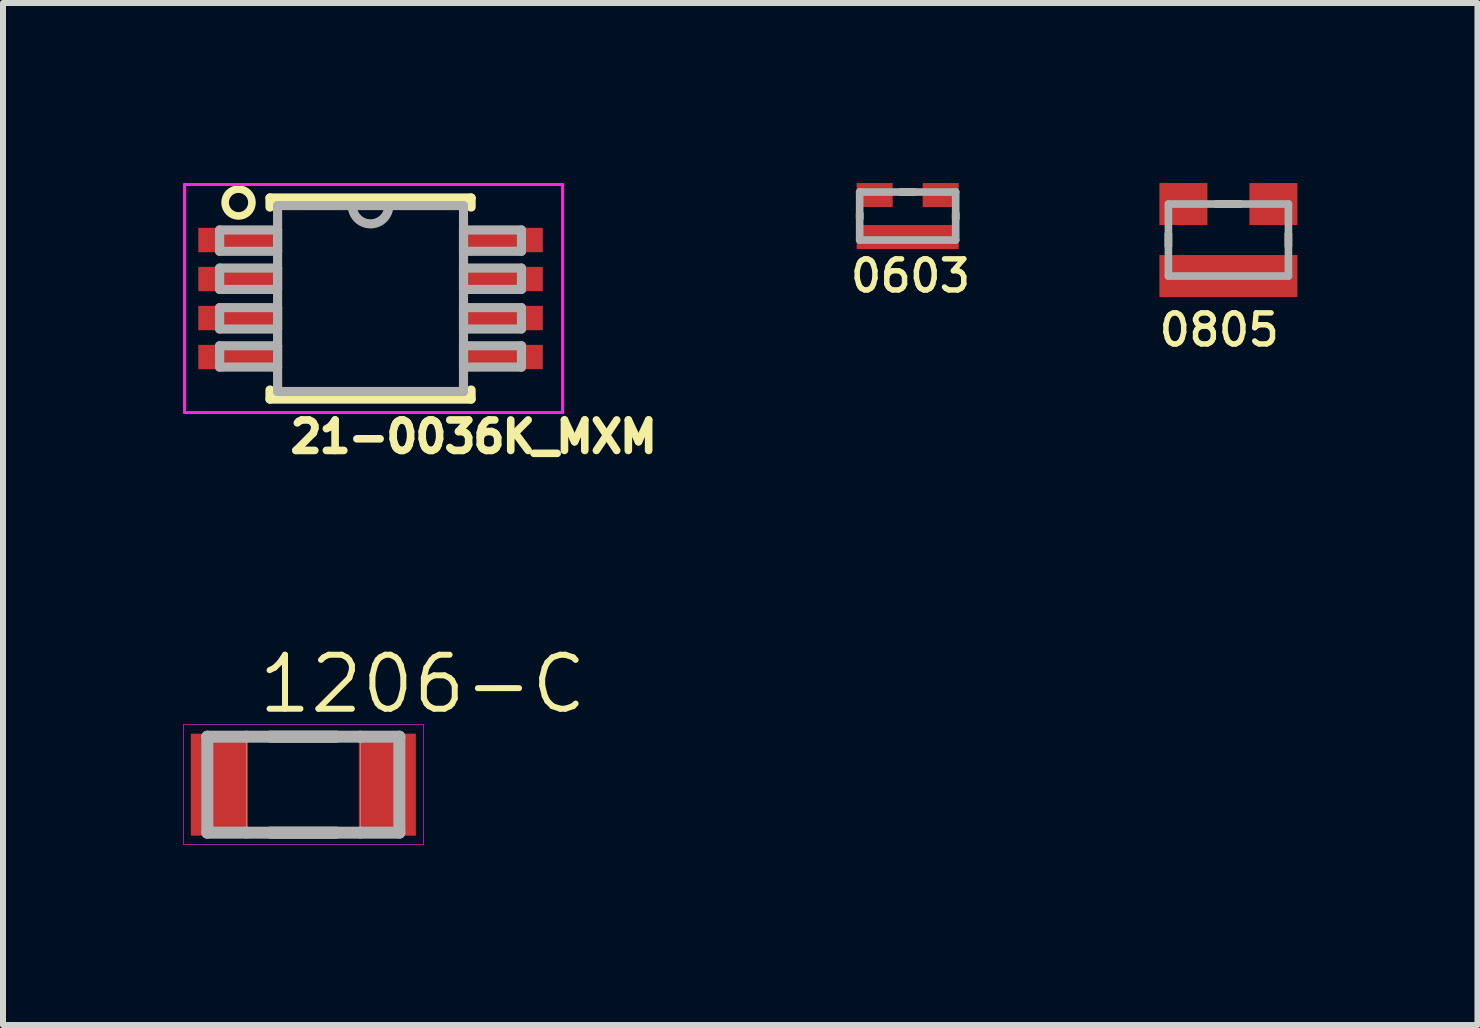
<source format=kicad_pcb>
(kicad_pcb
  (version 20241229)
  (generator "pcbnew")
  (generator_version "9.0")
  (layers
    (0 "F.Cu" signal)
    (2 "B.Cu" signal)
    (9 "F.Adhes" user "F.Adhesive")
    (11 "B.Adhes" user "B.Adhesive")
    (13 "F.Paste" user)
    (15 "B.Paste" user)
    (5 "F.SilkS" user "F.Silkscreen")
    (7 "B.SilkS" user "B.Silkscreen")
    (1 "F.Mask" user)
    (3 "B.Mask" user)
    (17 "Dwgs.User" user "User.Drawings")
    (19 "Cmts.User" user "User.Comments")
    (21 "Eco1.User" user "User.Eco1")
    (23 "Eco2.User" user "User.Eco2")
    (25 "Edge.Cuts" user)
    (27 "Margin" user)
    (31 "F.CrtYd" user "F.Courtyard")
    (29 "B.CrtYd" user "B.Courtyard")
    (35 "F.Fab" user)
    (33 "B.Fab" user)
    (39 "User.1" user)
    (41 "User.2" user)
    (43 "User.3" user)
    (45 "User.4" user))
  (footprint "21-0036K_MXM"
    (layer "F.Cu")
    (at 3.125 1.925)
    (property "Reference" "21-0036K_MXM" (at -1.4 2.6 0) (layer "F.SilkS") (effects (font (size 0.508 0.508) (thickness 0.127)) (justify left bottom)))
    (fp_line (start -1.676 -1.676) (end -1.676 -1.524) (stroke (width 0.152) (type solid)) (layer "F.SilkS"))
    (fp_line (start -1.676 1.524) (end -1.676 1.676) (stroke (width 0.152) (type solid)) (layer "F.SilkS"))
    (fp_line (start -1.676 1.676) (end 1.676 1.676) (stroke (width 0.152) (type solid)) (layer "F.SilkS"))
    (fp_line (start 1.676 -1.676) (end -1.676 -1.676) (stroke (width 0.152) (type solid)) (layer "F.SilkS"))
    (fp_line (start 1.676 -1.524) (end 1.676 -1.676) (stroke (width 0.152) (type solid)) (layer "F.SilkS"))
    (fp_line (start 1.676 1.676) (end 1.676 1.524) (stroke (width 0.152) (type solid)) (layer "F.SilkS"))
    (fp_circle (center -2.2 -1.6) (end -1.976 -1.6) (stroke (width 0.127) (type solid)) (fill no) (layer "F.SilkS"))
    (fp_line (start -3.1 -1.9) (end -3.1 1.9) (stroke (width 0.05) (type solid)) (layer "F.CrtYd"))
    (fp_line (start -3.1 1.9) (end 3.2 1.9) (stroke (width 0.05) (type solid)) (layer "F.CrtYd"))
    (fp_line (start 3.2 -1.9) (end -3.1 -1.9) (stroke (width 0.05) (type solid)) (layer "F.CrtYd"))
    (fp_line (start 3.2 1.9) (end 3.2 -1.9) (stroke (width 0.05) (type solid)) (layer "F.CrtYd"))
    (fp_line (start -2.515 -1.143) (end -2.515 -0.787) (stroke (width 0.152) (type solid)) (layer "F.Fab"))
    (fp_line (start -2.515 -0.787) (end -1.549 -0.787) (stroke (width 0.152) (type solid)) (layer "F.Fab"))
    (fp_line (start -2.515 -0.508) (end -2.515 -0.152) (stroke (width 0.152) (type solid)) (layer "F.Fab"))
    (fp_line (start -2.515 -0.152) (end -1.549 -0.152) (stroke (width 0.152) (type solid)) (layer "F.Fab"))
    (fp_line (start -2.515 0.152) (end -2.515 0.508) (stroke (width 0.152) (type solid)) (layer "F.Fab"))
    (fp_line (start -2.515 0.508) (end -1.549 0.508) (stroke (width 0.152) (type solid)) (layer "F.Fab"))
    (fp_line (start -2.515 0.787) (end -2.515 1.143) (stroke (width 0.152) (type solid)) (layer "F.Fab"))
    (fp_line (start -2.515 1.143) (end -1.549 1.143) (stroke (width 0.152) (type solid)) (layer "F.Fab"))
    (fp_line (start -1.549 -1.549) (end -1.549 1.549) (stroke (width 0.152) (type solid)) (layer "F.Fab"))
    (fp_line (start -1.549 -1.143) (end -2.515 -1.143) (stroke (width 0.152) (type solid)) (layer "F.Fab"))
    (fp_line (start -1.549 -0.787) (end -1.549 -1.143) (stroke (width 0.152) (type solid)) (layer "F.Fab"))
    (fp_line (start -1.549 -0.508) (end -2.515 -0.508) (stroke (width 0.152) (type solid)) (layer "F.Fab"))
    (fp_line (start -1.549 -0.152) (end -1.549 -0.508) (stroke (width 0.152) (type solid)) (layer "F.Fab"))
    (fp_line (start -1.549 0.152) (end -2.515 0.152) (stroke (width 0.152) (type solid)) (layer "F.Fab"))
    (fp_line (start -1.549 0.508) (end -1.549 0.152) (stroke (width 0.152) (type solid)) (layer "F.Fab"))
    (fp_line (start -1.549 0.787) (end -2.515 0.787) (stroke (width 0.152) (type solid)) (layer "F.Fab"))
    (fp_line (start -1.549 1.143) (end -1.549 0.787) (stroke (width 0.152) (type solid)) (layer "F.Fab"))
    (fp_line (start -1.549 1.549) (end 1.549 1.549) (stroke (width 0.152) (type solid)) (layer "F.Fab"))
    (fp_line (start -0.305 -1.549) (end -1.549 -1.549) (stroke (width 0.152) (type solid)) (layer "F.Fab"))
    (fp_line (start 0.305 -1.549) (end -0.305 -1.549) (stroke (width 0.152) (type solid)) (layer "F.Fab"))
    (fp_line (start 1.549 -1.549) (end 0.305 -1.549) (stroke (width 0.152) (type solid)) (layer "F.Fab"))
    (fp_line (start 1.549 -1.143) (end 1.549 -0.787) (stroke (width 0.152) (type solid)) (layer "F.Fab"))
    (fp_line (start 1.549 -0.787) (end 2.515 -0.787) (stroke (width 0.152) (type solid)) (layer "F.Fab"))
    (fp_line (start 1.549 -0.508) (end 1.549 -0.152) (stroke (width 0.152) (type solid)) (layer "F.Fab"))
    (fp_line (start 1.549 -0.152) (end 2.515 -0.152) (stroke (width 0.152) (type solid)) (layer "F.Fab"))
    (fp_line (start 1.549 0.152) (end 1.549 0.508) (stroke (width 0.152) (type solid)) (layer "F.Fab"))
    (fp_line (start 1.549 0.508) (end 2.515 0.508) (stroke (width 0.152) (type solid)) (layer "F.Fab"))
    (fp_line (start 1.549 0.787) (end 1.549 1.143) (stroke (width 0.152) (type solid)) (layer "F.Fab"))
    (fp_line (start 1.549 1.143) (end 2.515 1.143) (stroke (width 0.152) (type solid)) (layer "F.Fab"))
    (fp_line (start 1.549 1.549) (end 1.549 -1.549) (stroke (width 0.152) (type solid)) (layer "F.Fab"))
    (fp_line (start 2.515 -1.143) (end 1.549 -1.143) (stroke (width 0.152) (type solid)) (layer "F.Fab"))
    (fp_line (start 2.515 -0.787) (end 2.515 -1.143) (stroke (width 0.152) (type solid)) (layer "F.Fab"))
    (fp_line (start 2.515 -0.508) (end 1.549 -0.508) (stroke (width 0.152) (type solid)) (layer "F.Fab"))
    (fp_line (start 2.515 -0.152) (end 2.515 -0.508) (stroke (width 0.152) (type solid)) (layer "F.Fab"))
    (fp_line (start 2.515 0.152) (end 1.549 0.152) (stroke (width 0.152) (type solid)) (layer "F.Fab"))
    (fp_line (start 2.515 0.508) (end 2.515 0.152) (stroke (width 0.152) (type solid)) (layer "F.Fab"))
    (fp_line (start 2.515 0.787) (end 1.549 0.787) (stroke (width 0.152) (type solid)) (layer "F.Fab"))
    (fp_line (start 2.515 1.143) (end 2.515 0.787) (stroke (width 0.152) (type solid)) (layer "F.Fab"))
    (fp_arc (start 0.3048 -1.5494) (mid 0 -1.2446) (end -0.3048 -1.5494) (stroke (width 0.1524) (type solid)) (layer "F.Fab"))
    (pad "1" smd rect (at -2.21 -0.975) (size 1.321 0.406) (layers "F.Cu" "F.Mask" "F.Paste"))
    (pad "2" smd rect (at -2.21 -0.325) (size 1.321 0.406) (layers "F.Cu" "F.Mask" "F.Paste"))
    (pad "3" smd rect (at -2.21 0.325) (size 1.321 0.406) (layers "F.Cu" "F.Mask" "F.Paste"))
    (pad "4" smd rect (at -2.21 0.975) (size 1.321 0.406) (layers "F.Cu" "F.Mask" "F.Paste"))
    (pad "5" smd rect (at 2.21 0.975) (size 1.321 0.406) (layers "F.Cu" "F.Mask" "F.Paste"))
    (pad "6" smd rect (at 2.21 0.325) (size 1.321 0.406) (layers "F.Cu" "F.Mask" "F.Paste"))
    (pad "7" smd rect (at 2.21 -0.325) (size 1.321 0.406) (layers "F.Cu" "F.Mask" "F.Paste"))
    (pad "8" smd rect (at 2.21 -0.975) (size 1.321 0.406) (layers "F.Cu" "F.Mask" "F.Paste")))
  (footprint "0805"
    (layer "F.Cu")
    (at 17.421 0.95)
    (property "Reference" "0805" (at -1.2 1.8 0) (layer "F.SilkS") (effects (font (size 0.518 0.518) (thickness 0.091)) (justify left bottom)))
    (fp_line (start -1 -0.1) (end -1 0.1) (stroke (width 0.127) (type solid)) (layer "F.SilkS"))
    (fp_line (start -0.2 -0.6) (end 0.2 -0.6) (stroke (width 0.127) (type solid)) (layer "F.SilkS"))
    (fp_line (start 1 -0.1) (end 1 0.1) (stroke (width 0.127) (type solid)) (layer "F.SilkS"))
    (fp_poly (pts (xy -1.1 -0.3) (xy -0.4 -0.3) (xy -0.4 -0.8) (xy -1.1 -0.8)) (stroke (width 0) (type solid)) (fill yes) (layer "F.Paste"))
    (fp_poly (pts (xy -0.4 0.3) (xy -1.1 0.3) (xy -1.1 0.8) (xy -0.4 0.8)) (stroke (width 0) (type solid)) (fill yes) (layer "F.Paste"))
    (fp_poly (pts (xy -0.3 0.8) (xy 0.3 0.8) (xy 0.3 0.3) (xy -0.3 0.3)) (stroke (width 0) (type solid)) (fill yes) (layer "F.Paste"))
    (fp_poly (pts (xy 0.4 -0.3) (xy 1.1 -0.3) (xy 1.1 -0.8) (xy 0.4 -0.8)) (stroke (width 0) (type solid)) (fill yes) (layer "F.Paste"))
    (fp_poly (pts (xy 1.1 0.3) (xy 0.4 0.3) (xy 0.4 0.8) (xy 1.1 0.8)) (stroke (width 0) (type solid)) (fill yes) (layer "F.Paste"))
    (fp_line (start -1 -0.6) (end -1 0.6) (stroke (width 0.127) (type solid)) (layer "F.Fab"))
    (fp_line (start -1 0.6) (end 1 0.6) (stroke (width 0.127) (type solid)) (layer "F.Fab"))
    (fp_line (start 1 -0.6) (end -1 -0.6) (stroke (width 0.127) (type solid)) (layer "F.Fab"))
    (fp_line (start 1 0.6) (end 1 -0.6) (stroke (width 0.127) (type solid)) (layer "F.Fab"))
    (pad "1" smd rect (at -0.75 -0.6) (size 0.8 0.7) (layers "F.Cu" "F.Mask"))
    (pad "2" smd rect (at 0.75 -0.6 180) (size 0.8 0.7) (layers "F.Cu" "F.Mask"))
    (pad "3" smd rect (at 0 0.6) (size 2.3 0.7) (layers "F.Cu" "F.Mask")))
  (footprint "0603"
    (layer "F.Cu")
    (at 12.076 0.55)
    (property "Reference" "0603" (at -1 1.3 0) (layer "F.SilkS") (effects (font (size 0.518 0.518) (thickness 0.091)) (justify left bottom)))
    (fp_line (start -0.8 -0.04) (end -0.8 0.04) (stroke (width 0.127) (type solid)) (layer "F.SilkS"))
    (fp_line (start -0.12 -0.4) (end 0.12 -0.4) (stroke (width 0.127) (type solid)) (layer "F.SilkS"))
    (fp_line (start 0.8 -0.04) (end 0.8 0.04) (stroke (width 0.127) (type solid)) (layer "F.SilkS"))
    (fp_poly (pts (xy -0.8 -0.2) (xy -0.3 -0.2) (xy -0.3 -0.5) (xy -0.8 -0.5)) (stroke (width 0) (type solid)) (fill yes) (layer "F.Paste"))
    (fp_poly (pts (xy -0.8 0.5) (xy -0.4 0.5) (xy -0.4 0.2) (xy -0.8 0.2)) (stroke (width 0) (type solid)) (fill yes) (layer "F.Paste"))
    (fp_poly (pts (xy -0.3 0.5) (xy 0.3 0.5) (xy 0.3 0.2) (xy -0.3 0.2)) (stroke (width 0) (type solid)) (fill yes) (layer "F.Paste"))
    (fp_poly (pts (xy 0.3 -0.2) (xy 0.8 -0.2) (xy 0.8 -0.5) (xy 0.3 -0.5)) (stroke (width 0) (type solid)) (fill yes) (layer "F.Paste"))
    (fp_poly (pts (xy 0.4 0.5) (xy 0.8 0.5) (xy 0.8 0.2) (xy 0.4 0.2)) (stroke (width 0) (type solid)) (fill yes) (layer "F.Paste"))
    (fp_line (start -0.8 -0.4) (end -0.8 0.4) (stroke (width 0.127) (type solid)) (layer "F.Fab"))
    (fp_line (start -0.8 0.4) (end 0.8 0.4) (stroke (width 0.127) (type solid)) (layer "F.Fab"))
    (fp_line (start 0.8 -0.4) (end -0.8 -0.4) (stroke (width 0.127) (type solid)) (layer "F.Fab"))
    (fp_line (start 0.8 0.4) (end 0.8 -0.4) (stroke (width 0.127) (type solid)) (layer "F.Fab"))
    (pad "1" smd rect (at -0.55 -0.35) (size 0.6 0.4) (layers "F.Cu" "F.Mask"))
    (pad "2" smd rect (at 0.55 -0.35 180) (size 0.6 0.4) (layers "F.Cu" "F.Mask"))
    (pad "3" smd rect (at 0 0.35) (size 1.7 0.4) (layers "F.Cu" "F.Mask")))
  (footprint "1206-C"
    (layer "F.Cu")
    (at 2.005 10.026)
    (property "Reference" "1206-C" (at -0.8 -1.15 0) (layer "F.SilkS") (effects (font (size 0.9 0.9) (thickness 0.1)) (justify left bottom)))
    (fp_line (start -0.55 -0.8) (end 0.55 -0.8) (stroke (width 0.2) (type solid)) (layer "F.SilkS"))
    (fp_line (start -0.55 0.8) (end 0.55 0.8) (stroke (width 0.2) (type solid)) (layer "F.SilkS"))
    (fp_line (start -2 -1) (end -2 1) (stroke (width 0.01) (type solid)) (layer "F.CrtYd"))
    (fp_line (start -2 1) (end 2 1) (stroke (width 0.01) (type solid)) (layer "F.CrtYd"))
    (fp_line (start 2 -1) (end -2 -1) (stroke (width 0.01) (type solid)) (layer "F.CrtYd"))
    (fp_line (start 2 1) (end 2 -1) (stroke (width 0.01) (type solid)) (layer "F.CrtYd"))
    (fp_line (start -1.6 -0.8) (end -1.6 0.8) (stroke (width 0.2) (type solid)) (layer "F.Fab"))
    (fp_line (start -1.6 0.8) (end -0.95 0.8) (stroke (width 0.2) (type solid)) (layer "F.Fab"))
    (fp_line (start -0.95 -0.8) (end -1.6 -0.8) (stroke (width 0.2) (type solid)) (layer "F.Fab"))
    (fp_line (start -0.95 -0.8) (end -0.95 0.8) (stroke (width 0.01) (type solid)) (layer "F.Fab"))
    (fp_line (start -0.95 0.8) (end 0.95 0.8) (stroke (width 0.2) (type solid)) (layer "F.Fab"))
    (fp_line (start 0.95 -0.8) (end -0.95 -0.8) (stroke (width 0.2) (type solid)) (layer "F.Fab"))
    (fp_line (start 0.95 -0.8) (end 0.95 0.8) (stroke (width 0.01) (type solid)) (layer "F.Fab"))
    (fp_line (start 0.95 0.8) (end 1.6 0.8) (stroke (width 0.2) (type solid)) (layer "F.Fab"))
    (fp_line (start 1.6 -0.8) (end 0.95 -0.8) (stroke (width 0.2) (type solid)) (layer "F.Fab"))
    (fp_line (start 1.6 0.8) (end 1.6 -0.8) (stroke (width 0.2) (type solid)) (layer "F.Fab"))
    (pad "1" smd rect (at -1.4 0) (size 0.95 1.7) (layers "F.Cu" "F.Mask" "F.Paste"))
    (pad "2" smd rect (at 1.4 0) (size 0.95 1.7) (layers "F.Cu" "F.Mask" "F.Paste")))
  (gr_rect
    (start -3 -3)
    (end 21.571 14.031)
    (stroke (width 0.1) (type default))
    (fill no)
    (layer "Edge.Cuts")))
</source>
